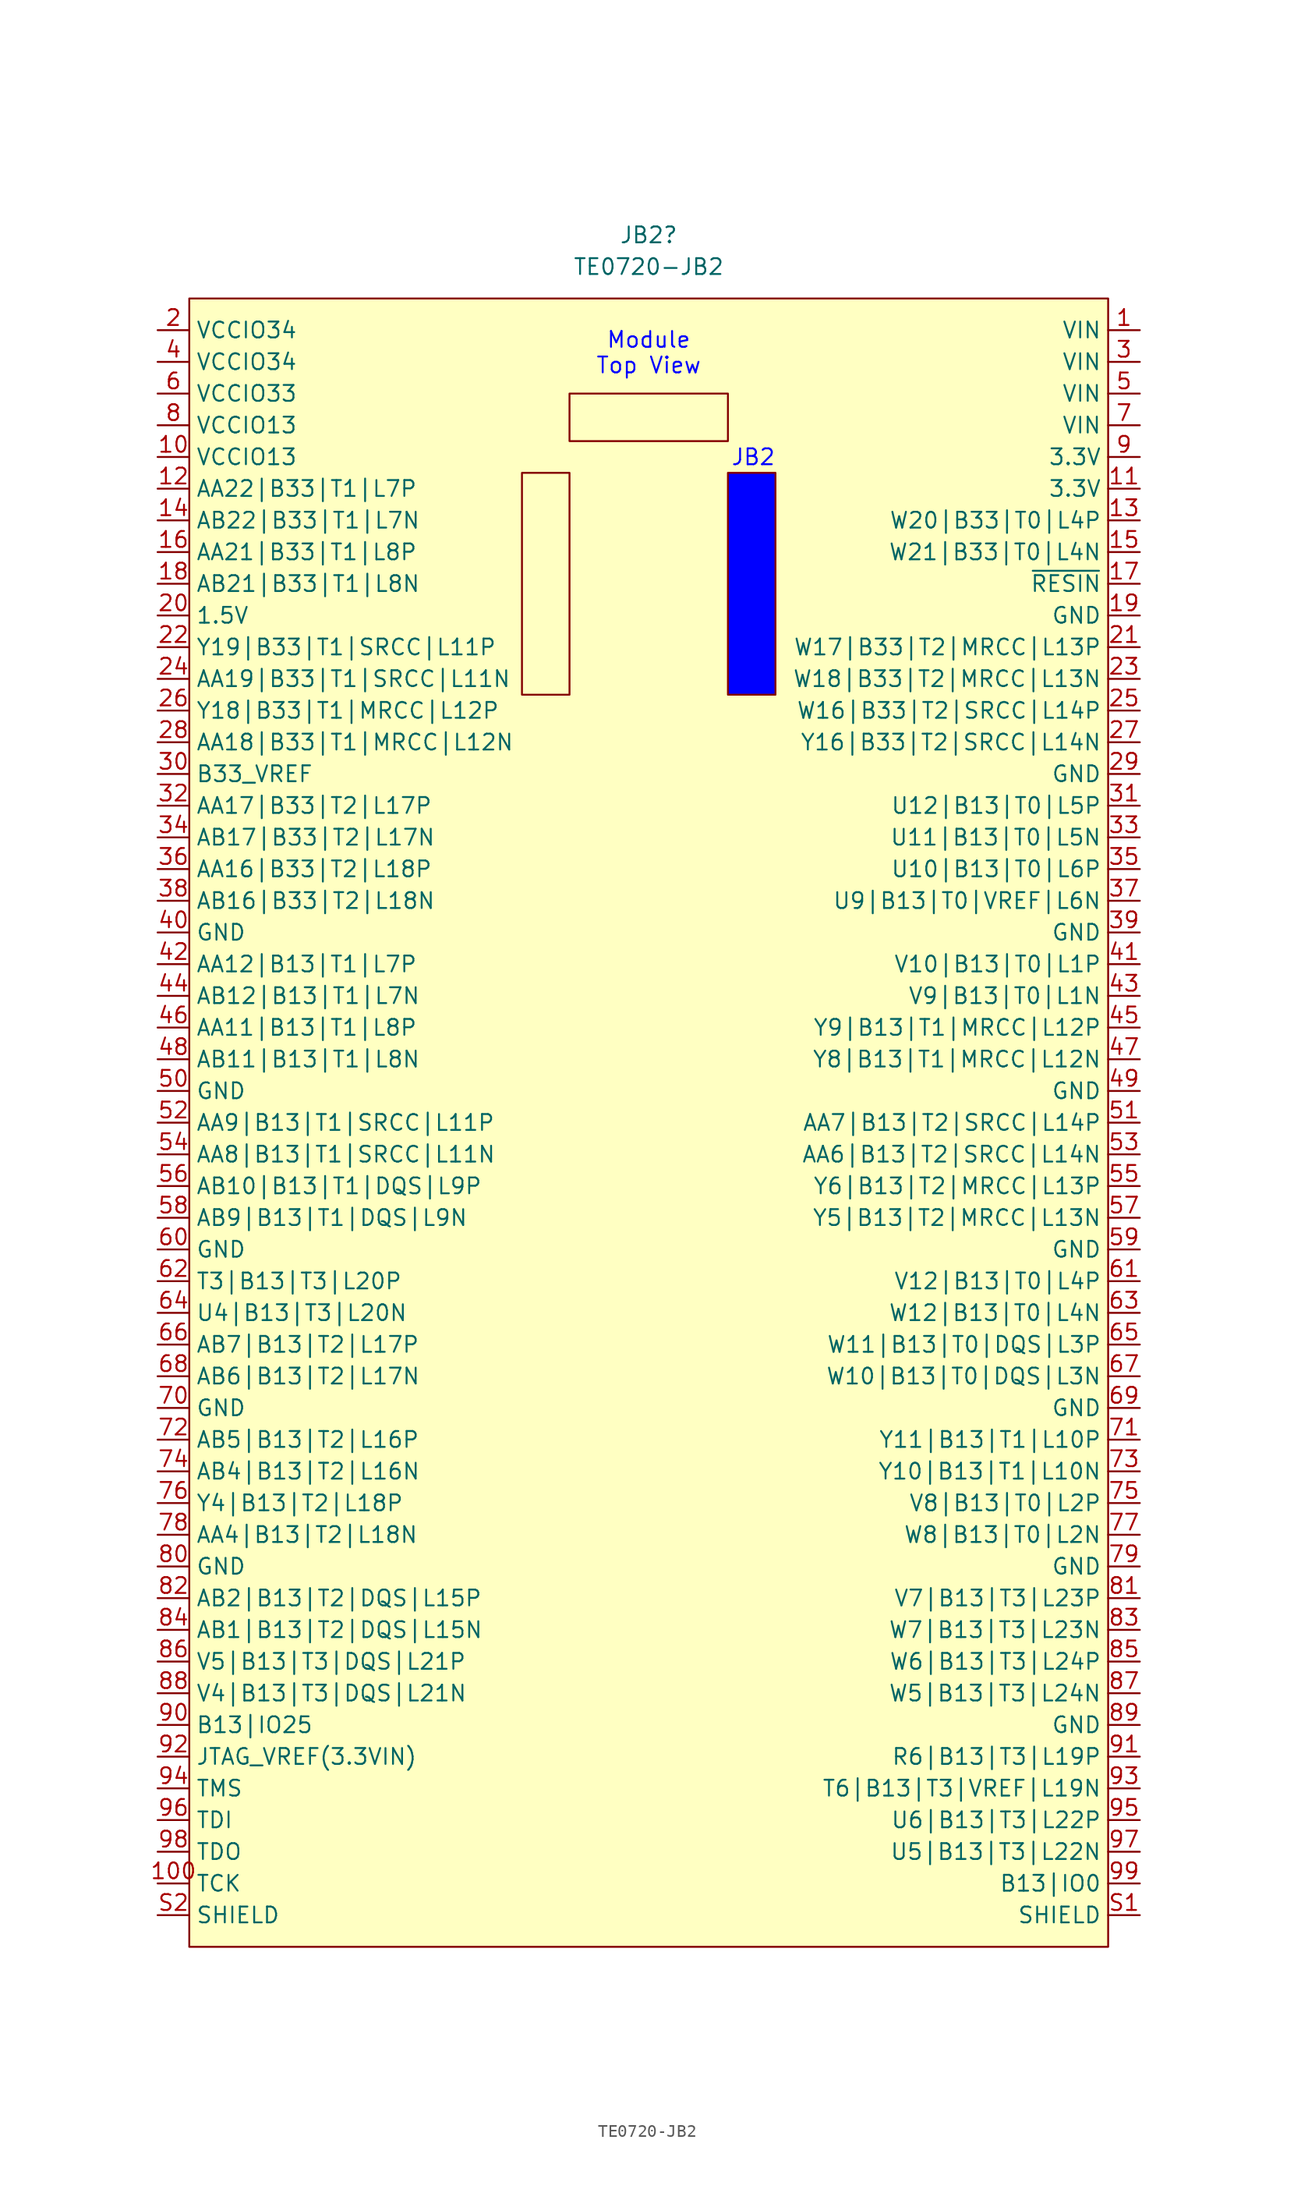
<source format=kicad_sym>
(kicad_symbol_lib
  (version 20241209)
  (generator "kicad_symbol_editor")
  (generator_version "9.0")
  (symbol "TE0720-JB2"
    (property "Reference" "JB2"
      (at 0 66.04 0)
      (effects (font (size 1.27 1.27))))
    (property "Value" "TE0720-JB2"
      (at 0 63.5 0)
      (effects (font (size 1.27 1.27))))
    (symbol "TE0720-JB2_0_1"
      (rectangle (start -6.35 53.34) (end 6.35 49.53) (stroke (width 0) (type default)) (fill (type none))))
    (symbol "TE0720-JB2_1_1"
      (rectangle (start -36.83 60.96) (end 36.83 -71.12) (stroke (width 0) (type default)) (fill (type background)))
      (rectangle (start -10.16 46.99) (end -6.35 29.21) (stroke (width 0) (type solid)) (fill (type none)))
      (rectangle (start 6.35 46.99) (end 10.16 29.21) (stroke (width 0) (type default)) (fill (type color) (color 0 0 255 1)))
      (text "Module\nTop View" (at 0 56.642 0) (effects (font (size 1.27 1.27) (color 0 0 255 1))))
      (text "JB2" (at 8.382 48.26 0) (effects (font (size 1.27 1.27) (color 0 0 255 1))))
      (pin power_in line (at -39.37 58.42 0) (length 2.54) (name "VCCIO34" (effects (font (size 1.27 1.27)))) (number "2" (effects (font (size 1.27 1.27)))))
      (pin power_in line (at -39.37 55.88 0) (length 2.54) (name "VCCIO34" (effects (font (size 1.27 1.27)))) (number "4" (effects (font (size 1.27 1.27)))))
      (pin power_in line (at -39.37 53.34 0) (length 2.54) (name "VCCIO33" (effects (font (size 1.27 1.27)))) (number "6" (effects (font (size 1.27 1.27)))))
      (pin power_in line (at -39.37 50.8 0) (length 2.54) (name "VCCIO13" (effects (font (size 1.27 1.27)))) (number "8" (effects (font (size 1.27 1.27)))))
      (pin power_in line (at -39.37 48.26 0) (length 2.54) (name "VCCIO13" (effects (font (size 1.27 1.27)))) (number "10" (effects (font (size 1.27 1.27)))))
      (pin bidirectional line (at -39.37 45.72 0) (length 2.54) (name "AA22|B33|T1|L7P" (effects (font (size 1.27 1.27)))) (number "12" (effects (font (size 1.27 1.27)))))
      (pin bidirectional line (at -39.37 43.18 0) (length 2.54) (name "AB22|B33|T1|L7N" (effects (font (size 1.27 1.27)))) (number "14" (effects (font (size 1.27 1.27)))))
      (pin bidirectional line (at -39.37 40.64 0) (length 2.54) (name "AA21|B33|T1|L8P" (effects (font (size 1.27 1.27)))) (number "16" (effects (font (size 1.27 1.27)))))
      (pin bidirectional line (at -39.37 38.1 0) (length 2.54) (name "AB21|B33|T1|L8N" (effects (font (size 1.27 1.27)))) (number "18" (effects (font (size 1.27 1.27)))))
      (pin power_out line (at -39.37 35.56 0) (length 2.54) (name "1.5V" (effects (font (size 1.27 1.27)))) (number "20" (effects (font (size 1.27 1.27)))))
      (pin bidirectional line (at -39.37 33.02 0) (length 2.54) (name "Y19|B33|T1|SRCC|L11P" (effects (font (size 1.27 1.27)))) (number "22" (effects (font (size 1.27 1.27)))))
      (pin bidirectional line (at -39.37 30.48 0) (length 2.54) (name "AA19|B33|T1|SRCC|L11N" (effects (font (size 1.27 1.27)))) (number "24" (effects (font (size 1.27 1.27)))))
      (pin bidirectional line (at -39.37 27.94 0) (length 2.54) (name "Y18|B33|T1|MRCC|L12P" (effects (font (size 1.27 1.27)))) (number "26" (effects (font (size 1.27 1.27)))))
      (pin bidirectional line (at -39.37 25.4 0) (length 2.54) (name "AA18|B33|T1|MRCC|L12N" (effects (font (size 1.27 1.27)))) (number "28" (effects (font (size 1.27 1.27)))))
      (pin input line (at -39.37 22.86 0) (length 2.54) (name "B33_VREF" (effects (font (size 1.27 1.27)))) (number "30" (effects (font (size 1.27 1.27)))))
      (pin bidirectional line (at -39.37 20.32 0) (length 2.54) (name "AA17|B33|T2|L17P" (effects (font (size 1.27 1.27)))) (number "32" (effects (font (size 1.27 1.27)))))
      (pin bidirectional line (at -39.37 17.78 0) (length 2.54) (name "AB17|B33|T2|L17N" (effects (font (size 1.27 1.27)))) (number "34" (effects (font (size 1.27 1.27)))))
      (pin bidirectional line (at -39.37 15.24 0) (length 2.54) (name "AA16|B33|T2|L18P" (effects (font (size 1.27 1.27)))) (number "36" (effects (font (size 1.27 1.27)))))
      (pin bidirectional line (at -39.37 12.7 0) (length 2.54) (name "AB16|B33|T2|L18N" (effects (font (size 1.27 1.27)))) (number "38" (effects (font (size 1.27 1.27)))))
      (pin passive line (at -39.37 10.16 0) (length 2.54) (name "GND" (effects (font (size 1.27 1.27)))) (number "40" (effects (font (size 1.27 1.27)))))
      (pin bidirectional line (at -39.37 7.62 0) (length 2.54) (name "AA12|B13|T1|L7P" (effects (font (size 1.27 1.27)))) (number "42" (effects (font (size 1.27 1.27)))))
      (pin bidirectional line (at -39.37 5.08 0) (length 2.54) (name "AB12|B13|T1|L7N" (effects (font (size 1.27 1.27)))) (number "44" (effects (font (size 1.27 1.27)))))
      (pin bidirectional line (at -39.37 2.54 0) (length 2.54) (name "AA11|B13|T1|L8P" (effects (font (size 1.27 1.27)))) (number "46" (effects (font (size 1.27 1.27)))))
      (pin bidirectional line (at -39.37 0 0) (length 2.54) (name "AB11|B13|T1|L8N" (effects (font (size 1.27 1.27)))) (number "48" (effects (font (size 1.27 1.27)))))
      (pin passive line (at -39.37 -2.54 0) (length 2.54) (name "GND" (effects (font (size 1.27 1.27)))) (number "50" (effects (font (size 1.27 1.27)))))
      (pin bidirectional line (at -39.37 -5.08 0) (length 2.54) (name "AA9|B13|T1|SRCC|L11P" (effects (font (size 1.27 1.27)))) (number "52" (effects (font (size 1.27 1.27)))))
      (pin bidirectional line (at -39.37 -7.62 0) (length 2.54) (name "AA8|B13|T1|SRCC|L11N" (effects (font (size 1.27 1.27)))) (number "54" (effects (font (size 1.27 1.27)))))
      (pin bidirectional line (at -39.37 -10.16 0) (length 2.54) (name "AB10|B13|T1|DQS|L9P" (effects (font (size 1.27 1.27)))) (number "56" (effects (font (size 1.27 1.27)))))
      (pin bidirectional line (at -39.37 -12.7 0) (length 2.54) (name "AB9|B13|T1|DQS|L9N" (effects (font (size 1.27 1.27)))) (number "58" (effects (font (size 1.27 1.27)))))
      (pin passive line (at -39.37 -15.24 0) (length 2.54) (name "GND" (effects (font (size 1.27 1.27)))) (number "60" (effects (font (size 1.27 1.27)))))
      (pin bidirectional line (at -39.37 -17.78 0) (length 2.54) (name "T3|B13|T3|L20P" (effects (font (size 1.27 1.27)))) (number "62" (effects (font (size 1.27 1.27)))))
      (pin bidirectional line (at -39.37 -20.32 0) (length 2.54) (name "U4|B13|T3|L20N" (effects (font (size 1.27 1.27)))) (number "64" (effects (font (size 1.27 1.27)))))
      (pin bidirectional line (at -39.37 -22.86 0) (length 2.54) (name "AB7|B13|T2|L17P" (effects (font (size 1.27 1.27)))) (number "66" (effects (font (size 1.27 1.27)))))
      (pin bidirectional line (at -39.37 -25.4 0) (length 2.54) (name "AB6|B13|T2|L17N" (effects (font (size 1.27 1.27)))) (number "68" (effects (font (size 1.27 1.27)))))
      (pin passive line (at -39.37 -27.94 0) (length 2.54) (name "GND" (effects (font (size 1.27 1.27)))) (number "70" (effects (font (size 1.27 1.27)))))
      (pin bidirectional line (at -39.37 -30.48 0) (length 2.54) (name "AB5|B13|T2|L16P" (effects (font (size 1.27 1.27)))) (number "72" (effects (font (size 1.27 1.27)))))
      (pin bidirectional line (at -39.37 -33.02 0) (length 2.54) (name "AB4|B13|T2|L16N" (effects (font (size 1.27 1.27)))) (number "74" (effects (font (size 1.27 1.27)))))
      (pin bidirectional line (at -39.37 -35.56 0) (length 2.54) (name "Y4|B13|T2|L18P" (effects (font (size 1.27 1.27)))) (number "76" (effects (font (size 1.27 1.27)))))
      (pin bidirectional line (at -39.37 -38.1 0) (length 2.54) (name "AA4|B13|T2|L18N" (effects (font (size 1.27 1.27)))) (number "78" (effects (font (size 1.27 1.27)))))
      (pin passive line (at -39.37 -40.64 0) (length 2.54) (name "GND" (effects (font (size 1.27 1.27)))) (number "80" (effects (font (size 1.27 1.27)))))
      (pin bidirectional line (at -39.37 -43.18 0) (length 2.54) (name "AB2|B13|T2|DQS|L15P" (effects (font (size 1.27 1.27)))) (number "82" (effects (font (size 1.27 1.27)))))
      (pin bidirectional line (at -39.37 -45.72 0) (length 2.54) (name "AB1|B13|T2|DQS|L15N" (effects (font (size 1.27 1.27)))) (number "84" (effects (font (size 1.27 1.27)))))
      (pin bidirectional line (at -39.37 -48.26 0) (length 2.54) (name "V5|B13|T3|DQS|L21P" (effects (font (size 1.27 1.27)))) (number "86" (effects (font (size 1.27 1.27)))))
      (pin bidirectional line (at -39.37 -50.8 0) (length 2.54) (name "V4|B13|T3|DQS|L21N" (effects (font (size 1.27 1.27)))) (number "88" (effects (font (size 1.27 1.27)))))
      (pin bidirectional line (at -39.37 -53.34 0) (length 2.54) (name "B13|IO25" (effects (font (size 1.27 1.27)))) (number "90" (effects (font (size 1.27 1.27)))))
      (pin bidirectional line (at -39.37 -55.88 0) (length 2.54) (name "JTAG_VREF(3.3VIN)" (effects (font (size 1.27 1.27)))) (number "92" (effects (font (size 1.27 1.27)))))
      (pin passive line (at -39.37 -58.42 0) (length 2.54) (name "TMS" (effects (font (size 1.27 1.27)))) (number "94" (effects (font (size 1.27 1.27)))))
      (pin passive line (at -39.37 -60.96 0) (length 2.54) (name "TDI" (effects (font (size 1.27 1.27)))) (number "96" (effects (font (size 1.27 1.27)))))
      (pin passive line (at -39.37 -63.5 0) (length 2.54) (name "TDO" (effects (font (size 1.27 1.27)))) (number "98" (effects (font (size 1.27 1.27)))))
      (pin passive line (at -39.37 -66.04 0) (length 2.54) (name "TCK" (effects (font (size 1.27 1.27)))) (number "100" (effects (font (size 1.27 1.27)))))
      (pin passive line (at -39.37 -68.58 0) (length 2.54) (name "SHIELD" (effects (font (size 1.27 1.27)))) (number "S2" (effects (font (size 1.27 1.27)))))
      (pin power_in line (at 39.37 58.42 180) (length 2.54) (name "VIN" (effects (font (size 1.27 1.27)))) (number "1" (effects (font (size 1.27 1.27)))))
      (pin power_in line (at 39.37 55.88 180) (length 2.54) (name "VIN" (effects (font (size 1.27 1.27)))) (number "3" (effects (font (size 1.27 1.27)))))
      (pin power_in line (at 39.37 53.34 180) (length 2.54) (name "VIN" (effects (font (size 1.27 1.27)))) (number "5" (effects (font (size 1.27 1.27)))))
      (pin power_in line (at 39.37 50.8 180) (length 2.54) (name "VIN" (effects (font (size 1.27 1.27)))) (number "7" (effects (font (size 1.27 1.27)))))
      (pin power_out line (at 39.37 48.26 180) (length 2.54) (name "3.3V" (effects (font (size 1.27 1.27)))) (number "9" (effects (font (size 1.27 1.27)))))
      (pin power_out line (at 39.37 45.72 180) (length 2.54) (name "3.3V" (effects (font (size 1.27 1.27)))) (number "11" (effects (font (size 1.27 1.27)))))
      (pin bidirectional line (at 39.37 43.18 180) (length 2.54) (name "W20|B33|T0|L4P" (effects (font (size 1.27 1.27)))) (number "13" (effects (font (size 1.27 1.27)))))
      (pin bidirectional line (at 39.37 40.64 180) (length 2.54) (name "W21|B33|T0|L4N" (effects (font (size 1.27 1.27)))) (number "15" (effects (font (size 1.27 1.27)))))
      (pin input line (at 39.37 38.1 180) (length 2.54) (name "~{RESIN}" (effects (font (size 1.27 1.27)))) (number "17" (effects (font (size 1.27 1.27)))))
      (pin passive line (at 39.37 35.56 180) (length 2.54) (name "GND" (effects (font (size 1.27 1.27)))) (number "19" (effects (font (size 1.27 1.27)))))
      (pin bidirectional line (at 39.37 33.02 180) (length 2.54) (name "W17|B33|T2|MRCC|L13P" (effects (font (size 1.27 1.27)))) (number "21" (effects (font (size 1.27 1.27)))))
      (pin bidirectional line (at 39.37 30.48 180) (length 2.54) (name "W18|B33|T2|MRCC|L13N" (effects (font (size 1.27 1.27)))) (number "23" (effects (font (size 1.27 1.27)))))
      (pin bidirectional line (at 39.37 27.94 180) (length 2.54) (name "W16|B33|T2|SRCC|L14P" (effects (font (size 1.27 1.27)))) (number "25" (effects (font (size 1.27 1.27)))))
      (pin bidirectional line (at 39.37 25.4 180) (length 2.54) (name "Y16|B33|T2|SRCC|L14N" (effects (font (size 1.27 1.27)))) (number "27" (effects (font (size 1.27 1.27)))))
      (pin passive line (at 39.37 22.86 180) (length 2.54) (name "GND" (effects (font (size 1.27 1.27)))) (number "29" (effects (font (size 1.27 1.27)))))
      (pin bidirectional line (at 39.37 20.32 180) (length 2.54) (name "U12|B13|T0|L5P" (effects (font (size 1.27 1.27)))) (number "31" (effects (font (size 1.27 1.27)))))
      (pin bidirectional line (at 39.37 17.78 180) (length 2.54) (name "U11|B13|T0|L5N" (effects (font (size 1.27 1.27)))) (number "33" (effects (font (size 1.27 1.27)))))
      (pin bidirectional line (at 39.37 15.24 180) (length 2.54) (name "U10|B13|T0|L6P" (effects (font (size 1.27 1.27)))) (number "35" (effects (font (size 1.27 1.27)))))
      (pin bidirectional line (at 39.37 12.7 180) (length 2.54) (name "U9|B13|T0|VREF|L6N" (effects (font (size 1.27 1.27)))) (number "37" (effects (font (size 1.27 1.27)))))
      (pin passive line (at 39.37 10.16 180) (length 2.54) (name "GND" (effects (font (size 1.27 1.27)))) (number "39" (effects (font (size 1.27 1.27)))))
      (pin bidirectional line (at 39.37 7.62 180) (length 2.54) (name "V10|B13|T0|L1P" (effects (font (size 1.27 1.27)))) (number "41" (effects (font (size 1.27 1.27)))))
      (pin bidirectional line (at 39.37 5.08 180) (length 2.54) (name "V9|B13|T0|L1N" (effects (font (size 1.27 1.27)))) (number "43" (effects (font (size 1.27 1.27)))))
      (pin bidirectional line (at 39.37 2.54 180) (length 2.54) (name "Y9|B13|T1|MRCC|L12P" (effects (font (size 1.27 1.27)))) (number "45" (effects (font (size 1.27 1.27)))))
      (pin bidirectional line (at 39.37 0 180) (length 2.54) (name "Y8|B13|T1|MRCC|L12N" (effects (font (size 1.27 1.27)))) (number "47" (effects (font (size 1.27 1.27)))))
      (pin passive line (at 39.37 -2.54 180) (length 2.54) (name "GND" (effects (font (size 1.27 1.27)))) (number "49" (effects (font (size 1.27 1.27)))))
      (pin bidirectional line (at 39.37 -5.08 180) (length 2.54) (name "AA7|B13|T2|SRCC|L14P" (effects (font (size 1.27 1.27)))) (number "51" (effects (font (size 1.27 1.27)))))
      (pin bidirectional line (at 39.37 -7.62 180) (length 2.54) (name "AA6|B13|T2|SRCC|L14N" (effects (font (size 1.27 1.27)))) (number "53" (effects (font (size 1.27 1.27)))))
      (pin bidirectional line (at 39.37 -10.16 180) (length 2.54) (name "Y6|B13|T2|MRCC|L13P" (effects (font (size 1.27 1.27)))) (number "55" (effects (font (size 1.27 1.27)))))
      (pin bidirectional line (at 39.37 -12.7 180) (length 2.54) (name "Y5|B13|T2|MRCC|L13N" (effects (font (size 1.27 1.27)))) (number "57" (effects (font (size 1.27 1.27)))))
      (pin passive line (at 39.37 -15.24 180) (length 2.54) (name "GND" (effects (font (size 1.27 1.27)))) (number "59" (effects (font (size 1.27 1.27)))))
      (pin bidirectional line (at 39.37 -17.78 180) (length 2.54) (name "V12|B13|T0|L4P" (effects (font (size 1.27 1.27)))) (number "61" (effects (font (size 1.27 1.27)))))
      (pin bidirectional line (at 39.37 -20.32 180) (length 2.54) (name "W12|B13|T0|L4N" (effects (font (size 1.27 1.27)))) (number "63" (effects (font (size 1.27 1.27)))))
      (pin bidirectional line (at 39.37 -22.86 180) (length 2.54) (name "W11|B13|T0|DQS|L3P" (effects (font (size 1.27 1.27)))) (number "65" (effects (font (size 1.27 1.27)))))
      (pin bidirectional line (at 39.37 -25.4 180) (length 2.54) (name "W10|B13|T0|DQS|L3N" (effects (font (size 1.27 1.27)))) (number "67" (effects (font (size 1.27 1.27)))))
      (pin passive line (at 39.37 -27.94 180) (length 2.54) (name "GND" (effects (font (size 1.27 1.27)))) (number "69" (effects (font (size 1.27 1.27)))))
      (pin bidirectional line (at 39.37 -30.48 180) (length 2.54) (name "Y11|B13|T1|L10P" (effects (font (size 1.27 1.27)))) (number "71" (effects (font (size 1.27 1.27)))))
      (pin bidirectional line (at 39.37 -33.02 180) (length 2.54) (name "Y10|B13|T1|L10N" (effects (font (size 1.27 1.27)))) (number "73" (effects (font (size 1.27 1.27)))))
      (pin bidirectional line (at 39.37 -35.56 180) (length 2.54) (name "V8|B13|T0|L2P" (effects (font (size 1.27 1.27)))) (number "75" (effects (font (size 1.27 1.27)))))
      (pin bidirectional line (at 39.37 -38.1 180) (length 2.54) (name "W8|B13|T0|L2N" (effects (font (size 1.27 1.27)))) (number "77" (effects (font (size 1.27 1.27)))))
      (pin passive line (at 39.37 -40.64 180) (length 2.54) (name "GND" (effects (font (size 1.27 1.27)))) (number "79" (effects (font (size 1.27 1.27)))))
      (pin bidirectional line (at 39.37 -43.18 180) (length 2.54) (name "V7|B13|T3|L23P" (effects (font (size 1.27 1.27)))) (number "81" (effects (font (size 1.27 1.27)))))
      (pin passive line (at 39.37 -45.72 180) (length 2.54) (name "W7|B13|T3|L23N" (effects (font (size 1.27 1.27)))) (number "83" (effects (font (size 1.27 1.27)))))
      (pin bidirectional line (at 39.37 -48.26 180) (length 2.54) (name "W6|B13|T3|L24P" (effects (font (size 1.27 1.27)))) (number "85" (effects (font (size 1.27 1.27)))))
      (pin bidirectional line (at 39.37 -50.8 180) (length 2.54) (name "W5|B13|T3|L24N" (effects (font (size 1.27 1.27)))) (number "87" (effects (font (size 1.27 1.27)))))
      (pin passive line (at 39.37 -53.34 180) (length 2.54) (name "GND" (effects (font (size 1.27 1.27)))) (number "89" (effects (font (size 1.27 1.27)))))
      (pin bidirectional line (at 39.37 -55.88 180) (length 2.54) (name "R6|B13|T3|L19P" (effects (font (size 1.27 1.27)))) (number "91" (effects (font (size 1.27 1.27)))))
      (pin bidirectional line (at 39.37 -58.42 180) (length 2.54) (name "T6|B13|T3|VREF|L19N" (effects (font (size 1.27 1.27)))) (number "93" (effects (font (size 1.27 1.27)))))
      (pin bidirectional line (at 39.37 -60.96 180) (length 2.54) (name "U6|B13|T3|L22P" (effects (font (size 1.27 1.27)))) (number "95" (effects (font (size 1.27 1.27)))))
      (pin bidirectional line (at 39.37 -63.5 180) (length 2.54) (name "U5|B13|T3|L22N" (effects (font (size 1.27 1.27)))) (number "97" (effects (font (size 1.27 1.27)))))
      (pin bidirectional line (at 39.37 -66.04 180) (length 2.54) (name "B13|IO0" (effects (font (size 1.27 1.27)))) (number "99" (effects (font (size 1.27 1.27)))))
      (pin passive line (at 39.37 -68.58 180) (length 2.54) (name "SHIELD" (effects (font (size 1.27 1.27)))) (number "S1" (effects (font (size 1.27 1.27))))))))
</source>
